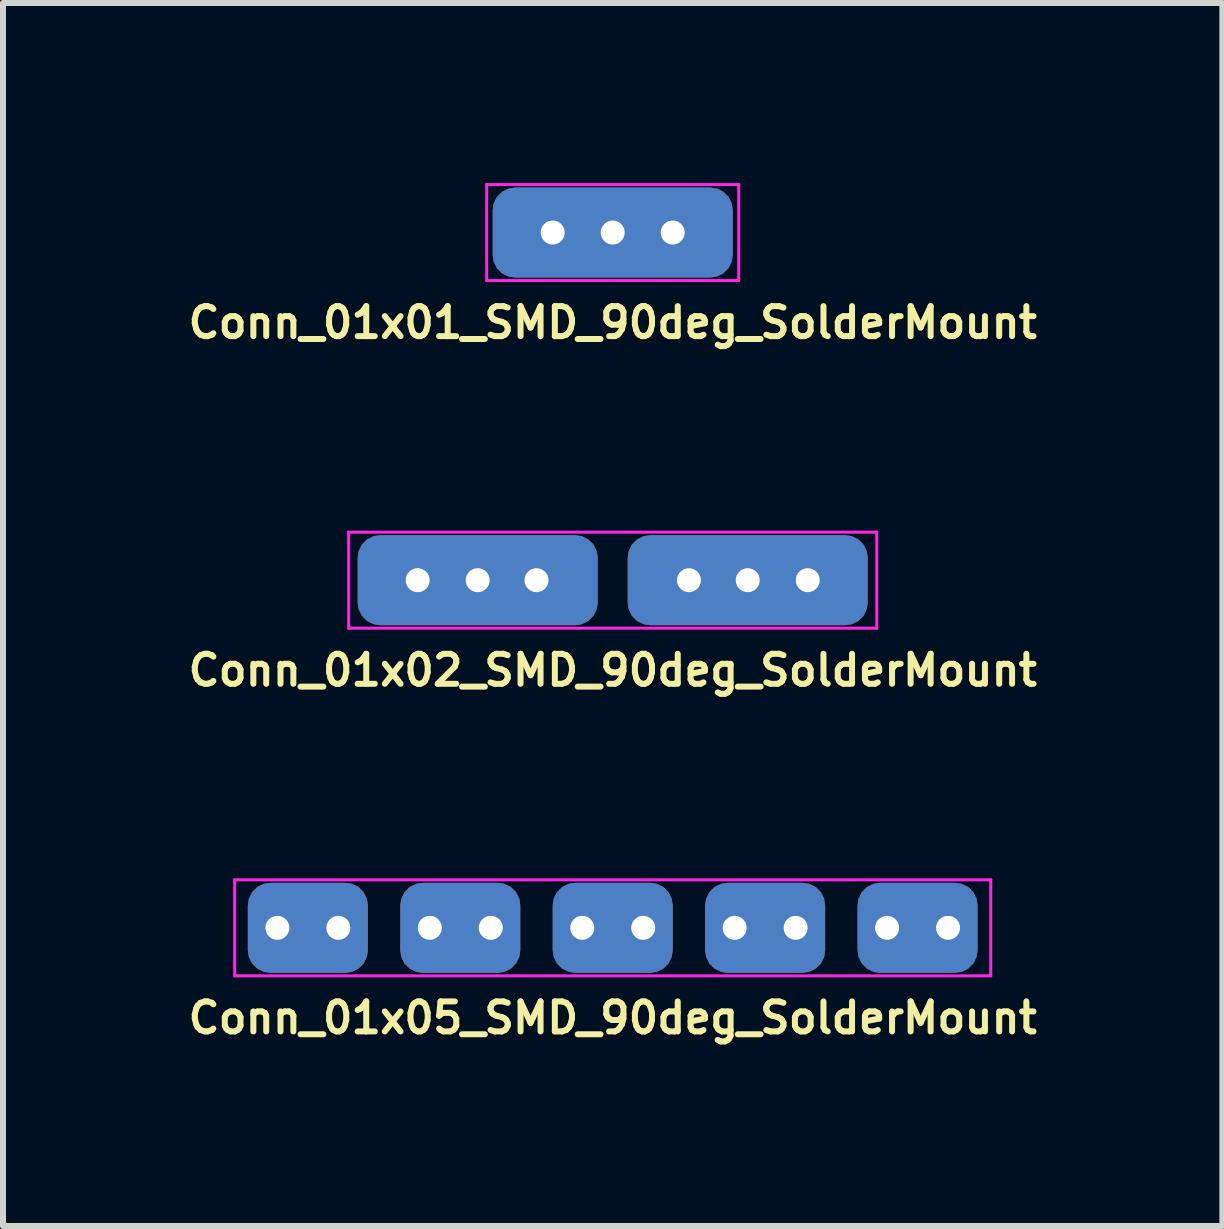
<source format=kicad_pcb>
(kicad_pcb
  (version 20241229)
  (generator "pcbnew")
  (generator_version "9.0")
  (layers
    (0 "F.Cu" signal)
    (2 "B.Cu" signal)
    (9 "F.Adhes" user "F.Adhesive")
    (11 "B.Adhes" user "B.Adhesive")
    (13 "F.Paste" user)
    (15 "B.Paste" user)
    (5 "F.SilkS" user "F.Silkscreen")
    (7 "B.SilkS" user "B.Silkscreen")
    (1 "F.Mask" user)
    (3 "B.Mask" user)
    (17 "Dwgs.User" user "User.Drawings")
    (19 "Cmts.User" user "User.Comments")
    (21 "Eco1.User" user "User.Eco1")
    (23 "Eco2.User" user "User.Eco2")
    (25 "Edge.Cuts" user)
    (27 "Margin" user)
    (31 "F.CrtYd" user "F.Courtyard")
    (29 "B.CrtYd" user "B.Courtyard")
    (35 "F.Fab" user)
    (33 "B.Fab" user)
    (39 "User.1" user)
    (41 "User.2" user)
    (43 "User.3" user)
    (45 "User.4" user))
  (footprint "Conn_01x05_SMD_90deg_SolderMount"
    (layer "F.Cu")
    (at 7.16 12.411)
    (property "Reference" "Conn_01x05_SMD_90deg_SolderMount" (at 0 1.5 0) (layer "F.SilkS") (effects (font (size 0.5 0.5) (thickness 0.1))))
    (attr smd)
    (fp_line (start -6.3 -0.8) (end 6.3 -0.8) (stroke (width 0.05) (type solid)) (layer "F.CrtYd"))
    (fp_line (start -6.3 0.8) (end -6.3 -0.8) (stroke (width 0.05) (type solid)) (layer "F.CrtYd"))
    (fp_line (start 6.3 -0.8) (end 6.3 0.8) (stroke (width 0.05) (type solid)) (layer "F.CrtYd"))
    (fp_line (start 6.3 0.8) (end -6.3 0.8) (stroke (width 0.05) (type solid)) (layer "F.CrtYd"))
    (pad "1" thru_hole circle (at -5.588 0) (size 0.5 0.5) (drill 0.4) (layers "*.Cu" "*.Mask"))
    (pad "1" connect roundrect (at -5.08 0) (size 2 1.5) (layers "F.Cu" "F.Mask") (roundrect_rratio 0.25))
    (pad "1" connect roundrect (at -5.08 0) (size 2 1.5) (layers "B.Cu" "B.Mask") (roundrect_rratio 0.25))
    (pad "1" thru_hole circle (at -4.572 0) (size 0.5 0.5) (drill 0.4) (layers "*.Cu" "*.Mask"))
    (pad "2" thru_hole circle (at -3.048 0) (size 0.5 0.5) (drill 0.4) (layers "*.Cu" "*.Mask"))
    (pad "2" connect roundrect (at -2.54 0) (size 2 1.5) (layers "F.Cu" "F.Mask") (roundrect_rratio 0.25))
    (pad "2" connect roundrect (at -2.54 0) (size 2 1.5) (layers "B.Cu" "B.Mask") (roundrect_rratio 0.25))
    (pad "2" thru_hole circle (at -2.032 0) (size 0.5 0.5) (drill 0.4) (layers "*.Cu" "*.Mask"))
    (pad "3" thru_hole circle (at -0.508 0) (size 0.5 0.5) (drill 0.4) (layers "*.Cu" "*.Mask"))
    (pad "3" connect roundrect (at 0 0) (size 2 1.5) (layers "F.Cu" "F.Mask") (roundrect_rratio 0.25))
    (pad "3" connect roundrect (at 0 0) (size 2 1.5) (layers "B.Cu" "B.Mask") (roundrect_rratio 0.25))
    (pad "3" thru_hole circle (at 0.508 0) (size 0.5 0.5) (drill 0.4) (layers "*.Cu" "*.Mask"))
    (pad "4" thru_hole circle (at 2.032 0) (size 0.5 0.5) (drill 0.4) (layers "*.Cu" "*.Mask"))
    (pad "4" connect roundrect (at 2.54 0) (size 2 1.5) (layers "F.Cu" "F.Mask") (roundrect_rratio 0.25))
    (pad "4" connect roundrect (at 2.54 0) (size 2 1.5) (layers "B.Cu" "B.Mask") (roundrect_rratio 0.25))
    (pad "4" thru_hole circle (at 3.048 0) (size 0.5 0.5) (drill 0.4) (layers "*.Cu" "*.Mask"))
    (pad "5" thru_hole circle (at 4.572 0) (size 0.5 0.5) (drill 0.4) (layers "*.Cu" "*.Mask"))
    (pad "5" connect roundrect (at 5.08 0) (size 2 1.5) (layers "F.Cu" "F.Mask") (roundrect_rratio 0.25))
    (pad "5" connect roundrect (at 5.08 0) (size 2 1.5) (layers "B.Cu" "B.Mask") (roundrect_rratio 0.25))
    (pad "5" thru_hole circle (at 5.588 0) (size 0.5 0.5) (drill 0.4) (layers "*.Cu" "*.Mask")))
  (footprint "Conn_01x01_SMD_90deg_SolderMount"
    (layer "F.Cu")
    (at 7.16 0.825)
    (property "Reference" "Conn_01x01_SMD_90deg_SolderMount" (at 0 1.5 0) (layer "F.SilkS") (effects (font (size 0.5 0.5) (thickness 0.1))))
    (attr smd)
    (fp_line (start -2.1 -0.8) (end 2.1 -0.8) (stroke (width 0.05) (type solid)) (layer "F.CrtYd"))
    (fp_line (start -2.1 0.8) (end -2.1 -0.8) (stroke (width 0.05) (type solid)) (layer "F.CrtYd"))
    (fp_line (start 2.1 -0.8) (end 2.1 0.8) (stroke (width 0.05) (type solid)) (layer "F.CrtYd"))
    (fp_line (start 2.1 0.8) (end -2.1 0.8) (stroke (width 0.05) (type solid)) (layer "F.CrtYd"))
    (pad "1" thru_hole circle (at -1 0) (size 0.5 0.5) (drill 0.4) (layers "*.Cu"))
    (pad "1" thru_hole roundrect (at 0 0) (size 4 1.5) (drill 0.4) (layers "*.Cu" "*.Mask") (roundrect_rratio 0.25))
    (pad "1" thru_hole circle (at 1 0) (size 0.5 0.5) (drill 0.4) (layers "*.Cu")))
  (footprint "Conn_01x02_SMD_90deg_SolderMount"
    (layer "F.Cu")
    (at 7.16 6.618)
    (property "Reference" "Conn_01x02_SMD_90deg_SolderMount" (at 0 1.5 0) (layer "F.SilkS") (effects (font (size 0.5 0.5) (thickness 0.1))))
    (attr smd)
    (fp_line (start -4.4 -0.8) (end 4.4 -0.8) (stroke (width 0.05) (type solid)) (layer "F.CrtYd"))
    (fp_line (start -4.4 0.8) (end -4.4 -0.8) (stroke (width 0.05) (type solid)) (layer "F.CrtYd"))
    (fp_line (start 4.4 -0.8) (end 4.4 0.8) (stroke (width 0.05) (type solid)) (layer "F.CrtYd"))
    (fp_line (start 4.4 0.8) (end -4.4 0.8) (stroke (width 0.05) (type solid)) (layer "F.CrtYd"))
    (pad "1" thru_hole circle (at -3.25 0) (size 0.5 0.5) (drill 0.4) (layers "*.Cu"))
    (pad "1" thru_hole roundrect (at -2.25 0) (size 4 1.5) (drill 0.4) (layers "*.Cu" "*.Mask") (roundrect_rratio 0.25))
    (pad "1" thru_hole circle (at -1.27 0) (size 0.5 0.5) (drill 0.4) (layers "*.Cu"))
    (pad "2" thru_hole circle (at 1.27 0) (size 0.5 0.5) (drill 0.4) (layers "*.Cu"))
    (pad "2" thru_hole roundrect (at 2.25 0) (size 4 1.5) (drill 0.4) (layers "*.Cu" "*.Mask") (roundrect_rratio 0.25))
    (pad "2" thru_hole circle (at 3.25 0) (size 0.5 0.5) (drill 0.4) (layers "*.Cu")))
  (gr_rect
    (start -3 -3)
    (end 17.319 17.379)
    (stroke (width 0.1) (type default))
    (fill no)
    (layer "Edge.Cuts")))
</source>
